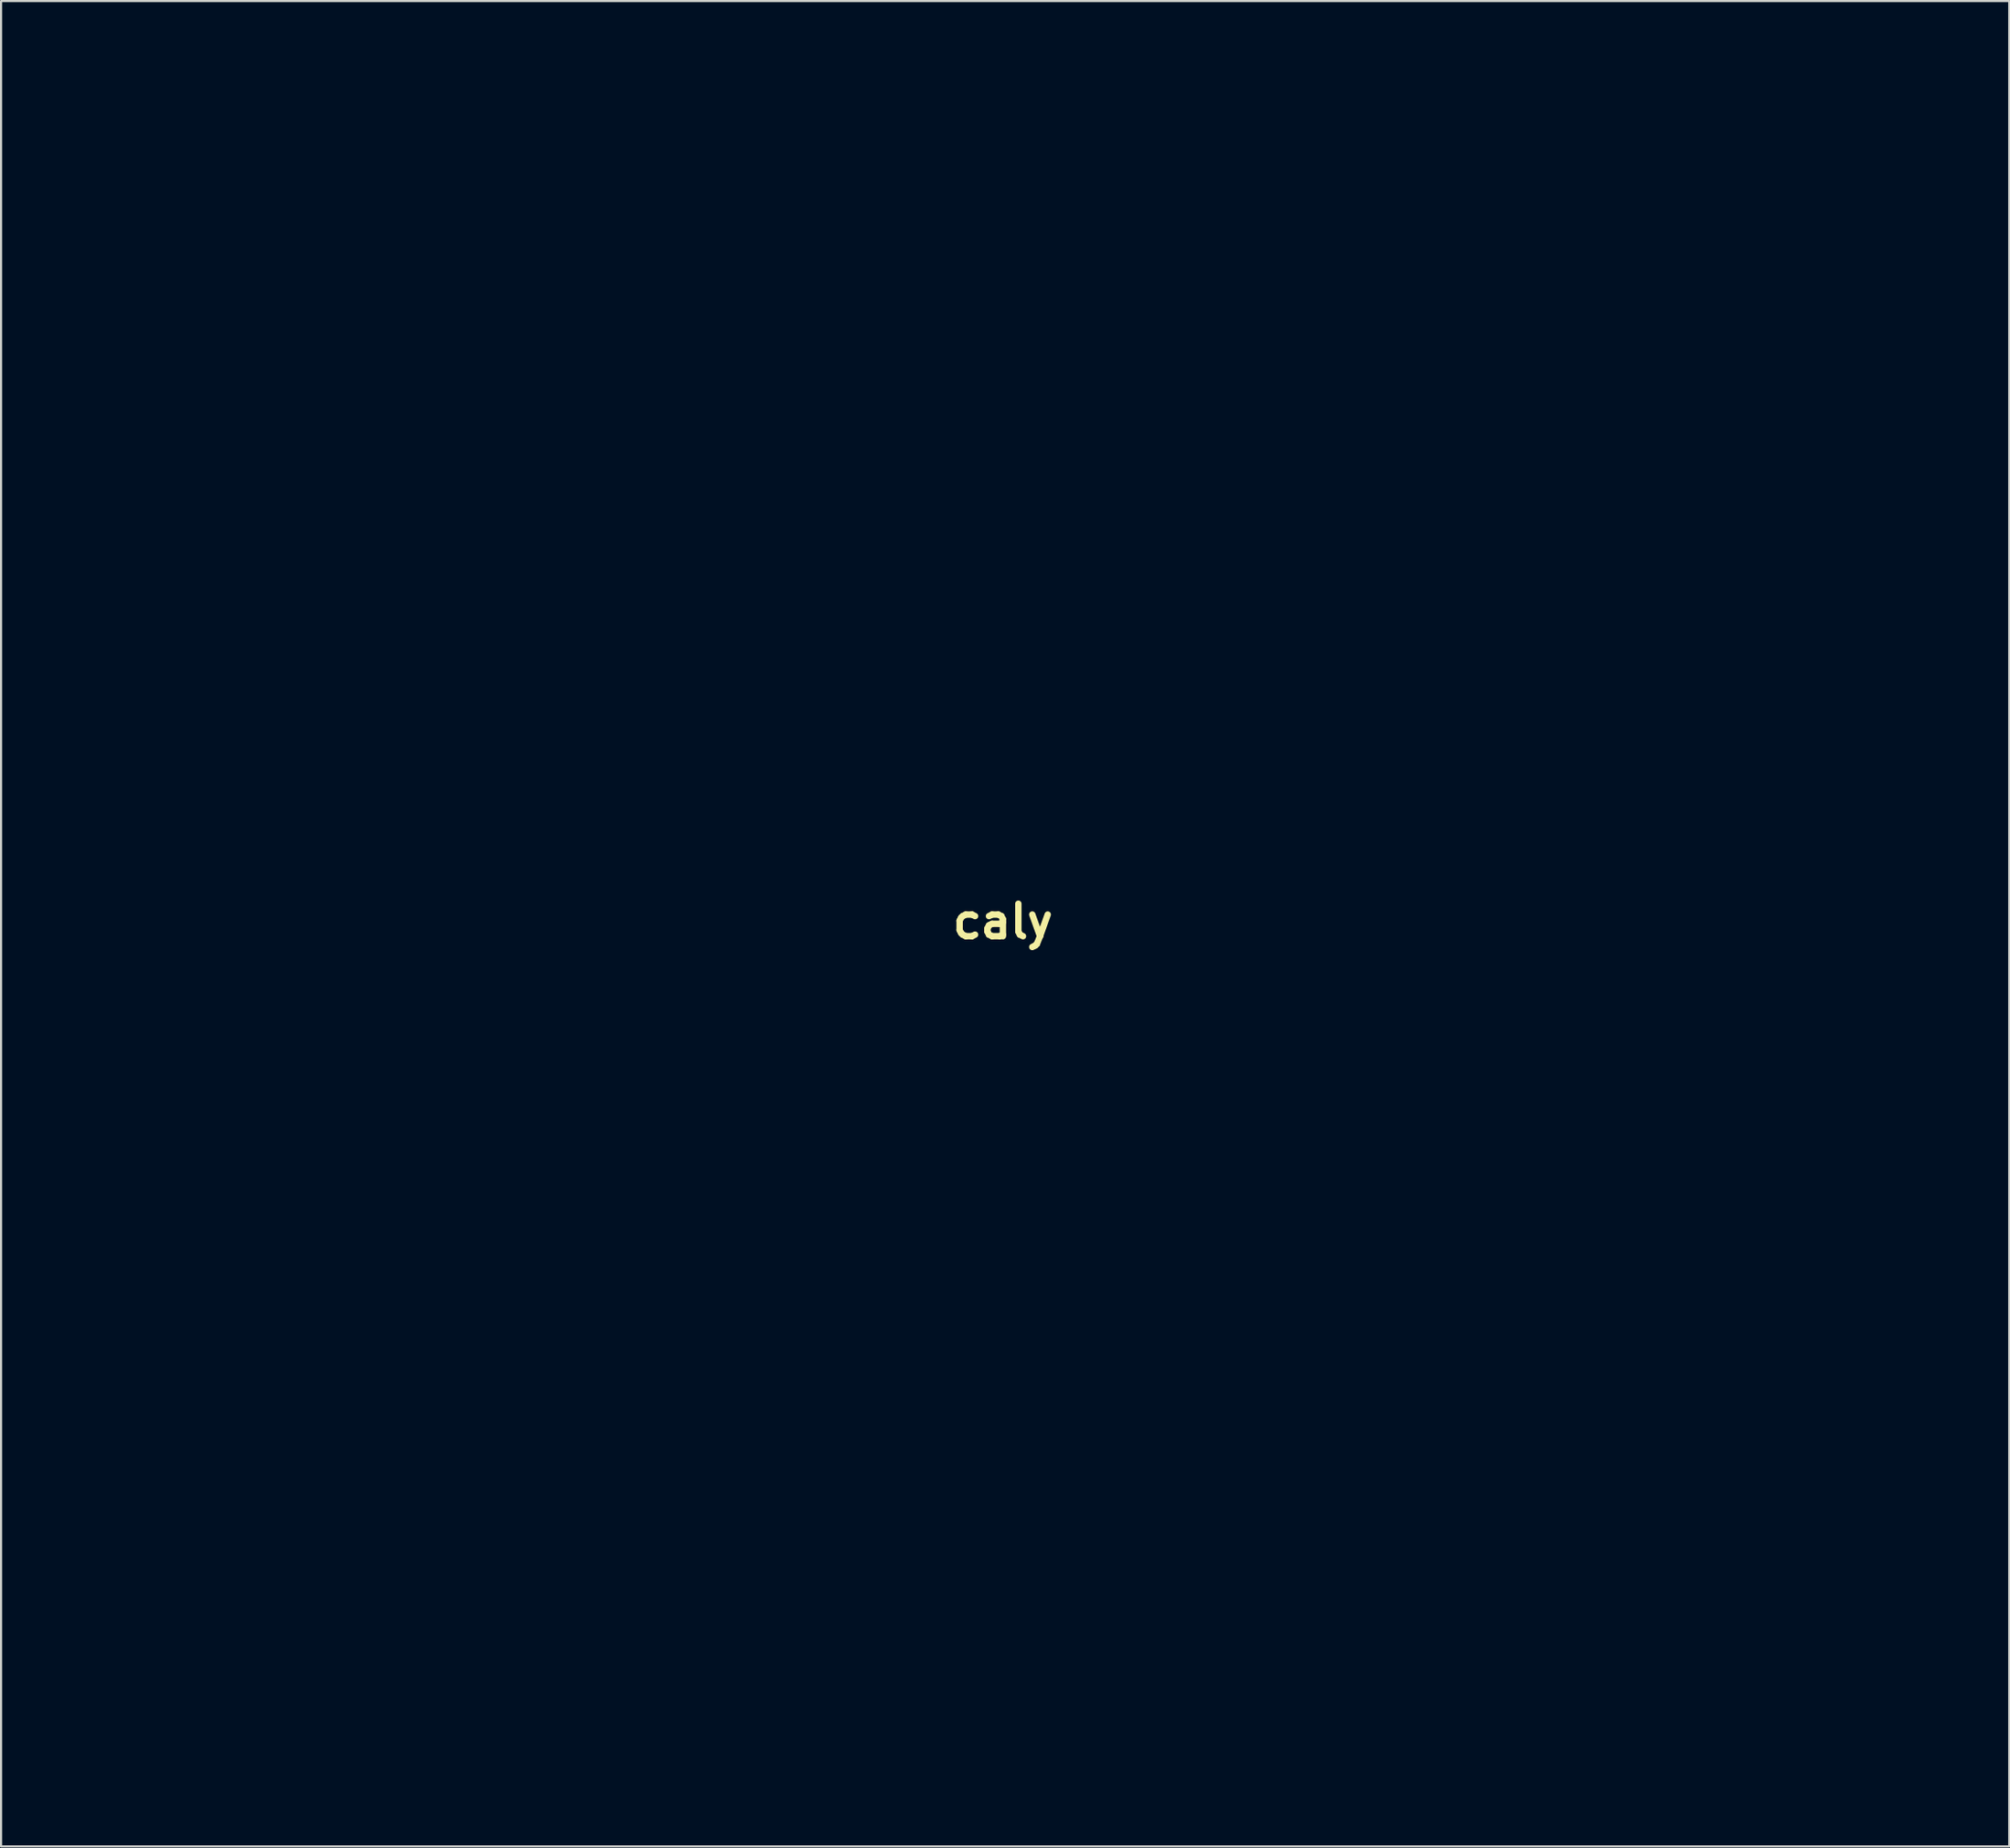
<source format=kicad_pcb>
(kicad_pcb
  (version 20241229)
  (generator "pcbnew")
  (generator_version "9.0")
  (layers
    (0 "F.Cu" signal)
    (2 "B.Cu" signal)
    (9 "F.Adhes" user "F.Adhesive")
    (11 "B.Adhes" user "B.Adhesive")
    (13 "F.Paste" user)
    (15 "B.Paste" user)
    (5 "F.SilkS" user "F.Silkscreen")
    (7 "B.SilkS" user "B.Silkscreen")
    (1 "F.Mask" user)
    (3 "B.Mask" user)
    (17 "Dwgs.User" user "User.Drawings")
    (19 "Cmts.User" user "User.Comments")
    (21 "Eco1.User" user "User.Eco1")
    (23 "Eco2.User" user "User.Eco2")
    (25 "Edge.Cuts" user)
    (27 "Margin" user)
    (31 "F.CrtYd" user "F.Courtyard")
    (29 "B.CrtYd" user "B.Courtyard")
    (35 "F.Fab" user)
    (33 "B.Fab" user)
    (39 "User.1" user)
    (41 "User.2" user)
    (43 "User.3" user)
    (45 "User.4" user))
  (footprint "caly"
    (layer "F.Cu")
    (at 44.032 40.222)
    (property "Reference" "caly" (at 0 0 0) (layer "F.SilkS") (effects (font (size 1.524 1.524) (thickness 0.3))))
    (attr through_hole)
    (fp_poly (pts (xy -22.179 -9.212) (xy -21.676 -8.835) (xy -21.286 -8.454) (xy -20.803 -7.883) (xy -20.641 -7.517) (xy -20.697 -7.37) (xy -20.942 -7.343) (xy -21.354 -7.629) (xy -21.785 -8.052) (xy -22.248 -8.566) (xy -22.561 -8.967) (xy -22.648 -9.136) (xy -22.522 -9.322) (xy -22.179 -9.212)) (stroke (width 0.01) (type solid)) (fill no) (layer "Eco2.User"))
    (fp_poly (pts (xy 30.533 6.825) (xy 30.701 7.088) (xy 30.82 7.711) (xy 30.861 8.25) (xy 30.859 9.125) (xy 30.763 9.687) (xy 30.583 9.896) (xy 30.413 9.811) (xy 30.341 9.541) (xy 30.289 8.97) (xy 30.268 8.22) (xy 30.268 8.202) (xy 30.291 7.39) (xy 30.365 6.946) (xy 30.5 6.819) (xy 30.533 6.825)) (stroke (width 0.01) (type solid)) (fill no) (layer "Eco2.User"))
    (fp_poly (pts (xy 21.456 6.904) (xy 21.575 7.339) (xy 21.632 7.99) (xy 21.679 8.676) (xy 21.769 9.046) (xy 21.966 9.208) (xy 22.332 9.269) (xy 22.384 9.274) (xy 22.914 9.376) (xy 23.061 9.513) (xy 22.859 9.644) (xy 22.34 9.726) (xy 22.013 9.737) (xy 20.955 9.737) (xy 20.955 8.255) (xy 20.975 7.443) (xy 21.045 6.98) (xy 21.181 6.789) (xy 21.262 6.773) (xy 21.456 6.904)) (stroke (width 0.01) (type solid)) (fill no) (layer "Eco2.User"))
    (fp_poly (pts (xy 37.222 -4.461) (xy 37.245 -4.449) (xy 37.596 -4.123) (xy 37.624 -3.668) (xy 37.321 -3.053) (xy 36.675 -2.249) (xy 36.405 -1.958) (xy 35.706 -1.261) (xy 35.186 -0.847) (xy 34.767 -0.66) (xy 34.542 -0.635) (xy 34.056 -0.68) (xy 33.796 -0.776) (xy 33.697 -1.068) (xy 33.655 -1.577) (xy 33.655 -1.592) (xy 33.722 -2.029) (xy 33.967 -2.47) (xy 34.456 -3.017) (xy 34.777 -3.328) (xy 35.599 -4.048) (xy 36.236 -4.456) (xy 36.755 -4.584) (xy 37.222 -4.461)) (stroke (width 0.01) (type solid)) (fill no) (layer "Eco2.User"))
    (fp_poly (pts (xy -29.099 -2.59) (xy -29.233 -2.406) (xy -29.332 -2.165) (xy -29.202 -1.858) (xy -28.797 -1.39) (xy -28.71 -1.3) (xy -28.301 -0.83) (xy -28.082 -0.477) (xy -28.077 -0.357) (xy -28.289 -0.231) (xy -28.546 -0.324) (xy -28.946 -0.684) (xy -29.111 -0.853) (xy -29.589 -1.273) (xy -30.007 -1.402) (xy -30.314 -1.366) (xy -30.739 -1.302) (xy -30.861 -1.388) (xy -30.67 -1.661) (xy -30.158 -2.159) (xy -30.112 -2.201) (xy -29.634 -2.581) (xy -29.258 -2.783) (xy -29.056 -2.792) (xy -29.099 -2.59)) (stroke (width 0.01) (type solid)) (fill no) (layer "Eco2.User"))
    (fp_poly (pts (xy -23.099 -8.483) (xy -22.971 -8.288) (xy -23.177 -8.044) (xy -23.341 -7.848) (xy -23.299 -7.618) (xy -23.01 -7.254) (xy -22.721 -6.951) (xy -22.236 -6.378) (xy -22.097 -6.012) (xy -22.136 -5.931) (xy -22.419 -5.935) (xy -22.907 -6.293) (xy -23.119 -6.496) (xy -23.597 -6.941) (xy -23.904 -7.112) (xy -24.146 -7.053) (xy -24.232 -6.988) (xy -24.611 -6.831) (xy -24.773 -6.909) (xy -24.761 -7.156) (xy -24.5 -7.536) (xy -24.093 -7.952) (xy -23.646 -8.304) (xy -23.263 -8.493) (xy -23.099 -8.483)) (stroke (width 0.01) (type solid)) (fill no) (layer "Eco2.User"))
    (fp_poly (pts (xy 3.813 6.821) (xy 4.255 6.95) (xy 4.347 7.134) (xy 4.058 7.35) (xy 3.929 7.403) (xy 3.601 7.578) (xy 3.44 7.863) (xy 3.389 8.39) (xy 3.387 8.661) (xy 3.334 9.411) (xy 3.188 9.824) (xy 2.963 9.863) (xy 2.887 9.801) (xy 2.811 9.529) (xy 2.762 8.977) (xy 2.752 8.537) (xy 2.732 7.877) (xy 2.648 7.538) (xy 2.461 7.418) (xy 2.328 7.408) (xy 1.984 7.276) (xy 1.905 7.091) (xy 2.01 6.898) (xy 2.38 6.8) (xy 3.057 6.773) (xy 3.813 6.821)) (stroke (width 0.01) (type solid)) (fill no) (layer "Eco2.User"))
    (fp_poly (pts (xy -34.744 -4.688) (xy -34.472 -4.232) (xy -34.181 -3.625) (xy -33.926 -2.995) (xy -33.765 -2.468) (xy -33.747 -2.182) (xy -33.908 -1.978) (xy -34.209 -1.966) (xy -34.721 -2.161) (xy -35.511 -2.579) (xy -35.526 -2.587) (xy -36.193 -3.009) (xy -36.468 -3.307) (xy -36.441 -3.437) (xy -36.111 -3.491) (xy -35.533 -3.224) (xy -35.498 -3.202) (xy -34.857 -2.849) (xy -34.52 -2.781) (xy -34.467 -3.007) (xy -34.682 -3.535) (xy -34.709 -3.59) (xy -35.036 -4.307) (xy -35.122 -4.72) (xy -34.973 -4.867) (xy -34.941 -4.868) (xy -34.744 -4.688)) (stroke (width 0.01) (type solid)) (fill no) (layer "Eco2.User"))
    (fp_poly (pts (xy 23.125 -4.392) (xy 23.365 -3.954) (xy 23.434 -3.471) (xy 23.475 -2.707) (xy 23.492 -1.764) (xy 23.484 -0.749) (xy 23.455 0.235) (xy 23.406 1.082) (xy 23.337 1.688) (xy 23.276 1.919) (xy 22.896 2.27) (xy 22.401 2.265) (xy 21.94 1.941) (xy 21.792 1.707) (xy 21.691 1.34) (xy 21.629 0.768) (xy 21.598 -0.083) (xy 21.59 -1.229) (xy 21.593 -2.363) (xy 21.612 -3.149) (xy 21.657 -3.663) (xy 21.741 -3.981) (xy 21.877 -4.178) (xy 22.076 -4.33) (xy 22.089 -4.339) (xy 22.673 -4.555) (xy 23.125 -4.392)) (stroke (width 0.01) (type solid)) (fill no) (layer "Eco2.User"))
    (fp_poly (pts (xy -25.016 -6.256) (xy -25.041 -6.055) (xy -25.386 -5.869) (xy -25.4 -5.865) (xy -25.741 -5.601) (xy -25.803 -5.152) (xy -25.578 -4.662) (xy -25.491 -4.566) (xy -25.005 -4.262) (xy -24.596 -4.366) (xy -24.342 -4.763) (xy -24.1 -5.171) (xy -23.86 -5.277) (xy -23.719 -5.057) (xy -23.71 -4.921) (xy -23.89 -4.356) (xy -24.326 -3.92) (xy -24.879 -3.724) (xy -25.188 -3.76) (xy -25.73 -4.073) (xy -26.194 -4.561) (xy -26.445 -5.07) (xy -26.458 -5.19) (xy -26.281 -5.726) (xy -25.853 -6.166) (xy -25.333 -6.35) (xy -25.33 -6.35) (xy -25.016 -6.256)) (stroke (width 0.01) (type solid)) (fill no) (layer "Eco2.User"))
    (fp_poly (pts (xy 32.755 6.815) (xy 33.4 6.909) (xy 33.716 7.059) (xy 33.678 7.22) (xy 33.259 7.346) (xy 33.073 7.369) (xy 32.555 7.513) (xy 32.372 7.743) (xy 32.532 7.954) (xy 33.02 8.043) (xy 33.514 8.118) (xy 33.634 8.283) (xy 33.369 8.449) (xy 33.075 8.506) (xy 32.592 8.686) (xy 32.424 8.943) (xy 32.461 9.195) (xy 32.764 9.3) (xy 33.11 9.313) (xy 33.606 9.365) (xy 33.859 9.494) (xy 33.867 9.525) (xy 33.676 9.646) (xy 33.19 9.722) (xy 32.808 9.737) (xy 31.75 9.737) (xy 31.75 6.75) (xy 32.755 6.815)) (stroke (width 0.01) (type solid)) (fill no) (layer "Eco2.User"))
    (fp_poly (pts (xy 26.794 2.972) (xy 27.801 3.009) (xy 28.492 3.09) (xy 28.92 3.23) (xy 29.138 3.445) (xy 29.2 3.751) (xy 29.173 4.063) (xy 29.137 4.24) (xy 29.046 4.37) (xy 28.84 4.46) (xy 28.459 4.519) (xy 27.842 4.558) (xy 26.929 4.584) (xy 25.66 4.606) (xy 25.493 4.609) (xy 24.297 4.619) (xy 23.251 4.613) (xy 22.427 4.592) (xy 21.898 4.556) (xy 21.736 4.52) (xy 21.598 4.14) (xy 21.641 3.625) (xy 21.844 3.217) (xy 22.138 3.106) (xy 22.78 3.028) (xy 23.793 2.981) (xy 25.203 2.964) (xy 25.416 2.963) (xy 26.794 2.972)) (stroke (width 0.01) (type solid)) (fill no) (layer "Eco2.User"))
    (fp_poly (pts (xy -19.706 -11.107) (xy -19.184 -10.78) (xy -18.744 -10.217) (xy -18.636 -9.568) (xy -18.874 -8.967) (xy -19.014 -8.817) (xy -19.62 -8.499) (xy -20.27 -8.602) (xy -20.818 -8.986) (xy -21.265 -9.599) (xy -21.33 -10.08) (xy -20.743 -10.08) (xy -20.598 -9.587) (xy -20.245 -9.231) (xy -19.805 -9.065) (xy -19.402 -9.142) (xy -19.188 -9.411) (xy -19.221 -9.838) (xy -19.528 -10.263) (xy -19.983 -10.542) (xy -20.226 -10.583) (xy -20.625 -10.489) (xy -20.743 -10.133) (xy -20.743 -10.08) (xy -21.33 -10.08) (xy -21.349 -10.22) (xy -21.068 -10.756) (xy -20.908 -10.889) (xy -20.29 -11.182) (xy -19.706 -11.107)) (stroke (width 0.01) (type solid)) (fill no) (layer "Eco2.User"))
    (fp_poly (pts (xy -17.866 -13.564) (xy -17.443 -13.275) (xy -17.014 -12.887) (xy -16.395 -12.206) (xy -16.12 -11.73) (xy -16.186 -11.472) (xy -16.59 -11.448) (xy -17.272 -11.65) (xy -17.796 -11.757) (xy -18.05 -11.63) (xy -17.976 -11.327) (xy -17.785 -11.117) (xy -17.44 -10.722) (xy -17.369 -10.448) (xy -17.524 -10.372) (xy -17.75 -10.512) (xy -18.168 -10.876) (xy -18.602 -11.299) (xy -19.121 -11.885) (xy -19.286 -12.248) (xy -19.089 -12.413) (xy -18.523 -12.403) (xy -18.216 -12.36) (xy -17.614 -12.295) (xy -17.394 -12.378) (xy -17.53 -12.643) (xy -17.788 -12.919) (xy -18.055 -13.298) (xy -18.08 -13.574) (xy -17.866 -13.564)) (stroke (width 0.01) (type solid)) (fill no) (layer "Eco2.User"))
    (fp_poly (pts (xy 9.889 7.011) (xy 9.906 7.027) (xy 10.14 7.357) (xy 10.004 7.531) (xy 9.483 7.566) (xy 9.366 7.561) (xy 8.845 7.557) (xy 8.609 7.706) (xy 8.523 8.127) (xy 8.507 8.31) (xy 8.569 8.957) (xy 8.858 9.282) (xy 9.33 9.249) (xy 9.55 9.135) (xy 9.961 8.919) (xy 10.132 8.976) (xy 10.16 9.2) (xy 9.979 9.541) (xy 9.552 9.829) (xy 9.057 9.948) (xy 8.679 9.834) (xy 8.302 9.619) (xy 7.96 9.151) (xy 7.815 8.478) (xy 7.873 7.771) (xy 8.141 7.204) (xy 8.219 7.124) (xy 8.767 6.838) (xy 9.39 6.797) (xy 9.889 7.011)) (stroke (width 0.01) (type solid)) (fill no) (layer "Eco2.User"))
    (fp_poly (pts (xy 28.967 -4.526) (xy 29.446 -4.174) (xy 29.82 -3.827) (xy 30.416 -3.289) (xy 31.138 -2.645) (xy 31.591 -2.243) (xy 33.232 -0.795) (xy 33.232 1.677) (xy 33.215 2.874) (xy 33.155 3.709) (xy 33.032 4.243) (xy 32.831 4.536) (xy 32.534 4.648) (xy 32.385 4.657) (xy 31.941 4.515) (xy 31.792 4.403) (xy 31.657 4.04) (xy 31.571 3.295) (xy 31.539 2.205) (xy 31.538 2.104) (xy 31.538 0.059) (xy 29.792 -1.477) (xy 28.834 -2.357) (xy 28.196 -3.038) (xy 27.85 -3.565) (xy 27.77 -3.979) (xy 27.926 -4.323) (xy 27.93 -4.327) (xy 28.403 -4.627) (xy 28.967 -4.526)) (stroke (width 0.01) (type solid)) (fill no) (layer "Eco2.User"))
    (fp_poly (pts (xy -28.403 -10.277) (xy -28.427 -10.076) (xy -28.772 -9.891) (xy -28.787 -9.887) (xy -29.132 -9.628) (xy -29.178 -9.194) (xy -28.924 -8.71) (xy -28.802 -8.586) (xy -28.349 -8.347) (xy -27.909 -8.355) (xy -27.615 -8.576) (xy -27.583 -8.91) (xy -27.556 -9.249) (xy -27.391 -9.313) (xy -27.145 -9.157) (xy -27.099 -8.783) (xy -27.237 -8.338) (xy -27.539 -7.967) (xy -27.564 -7.95) (xy -28.087 -7.672) (xy -28.535 -7.701) (xy -29.04 -8.059) (xy -29.226 -8.239) (xy -29.62 -8.727) (xy -29.833 -9.172) (xy -29.845 -9.264) (xy -29.666 -9.763) (xy -29.239 -10.186) (xy -28.731 -10.371) (xy -28.717 -10.372) (xy -28.403 -10.277)) (stroke (width 0.01) (type solid)) (fill no) (layer "Eco2.User"))
    (fp_poly (pts (xy -27.982 4.064) (xy -27.743 4.554) (xy -27.91 5.109) (xy -28.082 5.331) (xy -28.315 5.644) (xy -28.235 5.856) (xy -28.049 6.004) (xy -27.805 6.316) (xy -27.814 6.53) (xy -28.063 6.749) (xy -28.369 6.6) (xy -28.557 6.395) (xy -28.906 5.99) (xy -29.351 5.493) (xy -29.389 5.452) (xy -29.921 4.871) (xy -29.694 4.629) (xy -29.168 4.629) (xy -29.16 4.962) (xy -28.945 5.142) (xy -28.569 5.117) (xy -28.394 4.814) (xy -28.433 4.569) (xy -28.701 4.343) (xy -28.884 4.365) (xy -29.168 4.629) (xy -29.694 4.629) (xy -29.423 4.341) (xy -28.835 3.895) (xy -28.301 3.858) (xy -27.982 4.064)) (stroke (width 0.01) (type solid)) (fill no) (layer "Eco2.User"))
    (fp_poly (pts (xy -27.313 -4.513) (xy -27.445 -4.232) (xy -27.589 -4.059) (xy -27.904 -3.566) (xy -27.882 -3.254) (xy -27.598 -3.198) (xy -27.122 -3.469) (xy -27.056 -3.526) (xy -26.687 -3.771) (xy -26.544 -3.711) (xy -26.667 -3.423) (xy -26.872 -3.185) (xy -27.174 -2.739) (xy -27.145 -2.435) (xy -26.866 -2.339) (xy -26.423 -2.512) (xy -26.209 -2.68) (xy -25.834 -2.915) (xy -25.672 -2.836) (xy -25.78 -2.522) (xy -25.946 -2.31) (xy -26.435 -1.834) (xy -26.836 -1.668) (xy -27.257 -1.821) (xy -27.806 -2.3) (xy -27.953 -2.447) (xy -28.88 -3.391) (xy -28.205 -4.066) (xy -27.766 -4.431) (xy -27.444 -4.58) (xy -27.313 -4.513)) (stroke (width 0.01) (type solid)) (fill no) (layer "Eco2.User"))
    (fp_poly (pts (xy -25.814 2.018) (xy -25.257 2.486) (xy -25.06 2.795) (xy -24.894 3.483) (xy -25.133 4.072) (xy -25.603 4.44) (xy -26.057 4.627) (xy -26.434 4.573) (xy -26.918 4.25) (xy -26.946 4.228) (xy -27.506 3.61) (xy -27.651 2.969) (xy -27.635 2.916) (xy -27.093 2.916) (xy -26.943 3.392) (xy -26.577 3.771) (xy -26.119 3.985) (xy -25.695 3.966) (xy -25.493 3.79) (xy -25.481 3.432) (xy -25.676 2.964) (xy -25.987 2.569) (xy -26.171 2.452) (xy -26.645 2.426) (xy -27.004 2.654) (xy -27.093 2.916) (xy -27.635 2.916) (xy -27.515 2.536) (xy -27.049 2.032) (xy -26.447 1.864) (xy -25.814 2.018)) (stroke (width 0.01) (type solid)) (fill no) (layer "Eco2.User"))
    (fp_poly (pts (xy -35.058 3.341) (xy -34.778 3.743) (xy -34.762 4.239) (xy -35.036 4.661) (xy -35.244 4.903) (xy -35.145 5.158) (xy -35.015 5.309) (xy -34.815 5.697) (xy -34.864 6.024) (xy -35.096 6.134) (xy -35.31 5.989) (xy -35.704 5.619) (xy -36.036 5.274) (xy -36.476 4.763) (xy -36.764 4.358) (xy -36.83 4.201) (xy -36.673 3.906) (xy -36.141 3.906) (xy -36.128 4.175) (xy -35.949 4.394) (xy -35.61 4.545) (xy -35.381 4.332) (xy -35.348 4.115) (xy -35.525 3.868) (xy -35.772 3.81) (xy -36.141 3.906) (xy -36.673 3.906) (xy -36.664 3.889) (xy -36.274 3.531) (xy -35.821 3.256) (xy -35.549 3.182) (xy -35.058 3.341)) (stroke (width 0.01) (type solid)) (fill no) (layer "Eco2.User"))
    (fp_poly (pts (xy -30.93 -8.569) (xy -30.564 -8.35) (xy -30.077 -7.946) (xy -29.897 -7.772) (xy -29.32 -7.124) (xy -29.098 -6.691) (xy -29.229 -6.48) (xy -29.712 -6.497) (xy -30.115 -6.602) (xy -30.751 -6.744) (xy -31.025 -6.67) (xy -30.935 -6.381) (xy -30.713 -6.112) (xy -30.35 -5.643) (xy -30.288 -5.357) (xy -30.436 -5.292) (xy -30.662 -5.432) (xy -31.08 -5.795) (xy -31.494 -6.199) (xy -31.968 -6.71) (xy -32.292 -7.11) (xy -32.385 -7.285) (xy -32.197 -7.361) (xy -31.716 -7.362) (xy -31.327 -7.322) (xy -30.64 -7.258) (xy -30.333 -7.325) (xy -30.376 -7.556) (xy -30.728 -7.976) (xy -31.068 -8.396) (xy -31.116 -8.588) (xy -30.93 -8.569)) (stroke (width 0.01) (type solid)) (fill no) (layer "Eco2.User"))
    (fp_poly (pts (xy 7.106 6.871) (xy 7.149 7.026) (xy 6.895 7.237) (xy 6.407 7.367) (xy 6.387 7.369) (xy 5.875 7.515) (xy 5.703 7.748) (xy 5.876 7.96) (xy 6.35 8.043) (xy 6.796 8.105) (xy 6.985 8.252) (xy 6.985 8.255) (xy 6.801 8.404) (xy 6.358 8.467) (xy 6.35 8.467) (xy 5.885 8.533) (xy 5.722 8.781) (xy 5.715 8.89) (xy 5.798 9.182) (xy 6.121 9.299) (xy 6.456 9.313) (xy 6.946 9.366) (xy 7.19 9.497) (xy 7.197 9.525) (xy 7.005 9.641) (xy 6.511 9.717) (xy 6.023 9.737) (xy 4.849 9.737) (xy 4.974 6.879) (xy 6.107 6.814) (xy 6.782 6.801) (xy 7.106 6.871)) (stroke (width 0.01) (type solid)) (fill no) (layer "Eco2.User"))
    (fp_poly (pts (xy 19.495 6.951) (xy 19.962 7.409) (xy 20.203 8.037) (xy 20.186 8.724) (xy 19.877 9.36) (xy 19.661 9.578) (xy 19.015 9.912) (xy 18.394 9.824) (xy 17.992 9.525) (xy 17.636 8.931) (xy 17.561 8.244) (xy 17.594 8.114) (xy 18.24 8.114) (xy 18.246 8.839) (xy 18.477 9.217) (xy 18.89 9.275) (xy 19.203 9.165) (xy 19.34 8.869) (xy 19.367 8.361) (xy 19.339 7.815) (xy 19.202 7.573) (xy 18.884 7.514) (xy 18.838 7.514) (xy 18.436 7.603) (xy 18.264 7.953) (xy 18.24 8.114) (xy 17.594 8.114) (xy 17.731 7.579) (xy 18.112 7.055) (xy 18.666 6.787) (xy 18.835 6.773) (xy 19.495 6.951)) (stroke (width 0.01) (type solid)) (fill no) (layer "Eco2.User"))
    (fp_poly (pts (xy 25.147 6.836) (xy 25.685 7.16) (xy 25.972 7.726) (xy 26.046 8.435) (xy 25.917 9.116) (xy 25.592 9.599) (xy 25.565 9.619) (xy 24.892 9.919) (xy 24.287 9.809) (xy 23.918 9.525) (xy 23.595 8.957) (xy 23.491 8.239) (xy 23.512 8.114) (xy 24.167 8.114) (xy 24.173 8.839) (xy 24.404 9.217) (xy 24.817 9.275) (xy 25.13 9.165) (xy 25.267 8.869) (xy 25.294 8.361) (xy 25.265 7.815) (xy 25.129 7.573) (xy 24.811 7.514) (xy 24.765 7.514) (xy 24.363 7.603) (xy 24.191 7.953) (xy 24.167 8.114) (xy 23.512 8.114) (xy 23.61 7.549) (xy 23.882 7.124) (xy 24.485 6.819) (xy 25.147 6.836)) (stroke (width 0.01) (type solid)) (fill no) (layer "Eco2.User"))
    (fp_poly (pts (xy -36.602 -2.397) (xy -36.124 -2.052) (xy -35.674 -1.622) (xy -35.388 -1.23) (xy -35.348 -1.091) (xy -35.475 -0.807) (xy -35.779 -0.378) (xy -36.149 0.057) (xy -36.469 0.361) (xy -36.593 0.423) (xy -36.807 0.283) (xy -37.218 -0.083) (xy -37.686 -0.544) (xy -38.614 -1.496) (xy -37.627 -1.496) (xy -37.302 -1.007) (xy -37.216 -0.913) (xy -36.704 -0.508) (xy -36.296 -0.467) (xy -36.057 -0.749) (xy -36.095 -1.164) (xy -36.413 -1.575) (xy -36.887 -1.854) (xy -37.18 -1.905) (xy -37.587 -1.8) (xy -37.627 -1.496) (xy -38.614 -1.496) (xy -38.629 -1.512) (xy -37.994 -2.025) (xy -37.48 -2.363) (xy -37.033 -2.534) (xy -36.972 -2.539) (xy -36.602 -2.397)) (stroke (width 0.01) (type solid)) (fill no) (layer "Eco2.User"))
    (fp_poly (pts (xy -30.704 -0.464) (xy -30.226 -0.031) (xy -29.924 0.544) (xy -29.858 1.142) (xy -30.092 1.644) (xy -30.099 1.651) (xy -30.598 1.885) (xy -31.249 1.87) (xy -31.877 1.626) (xy -32.136 1.415) (xy -32.466 0.934) (xy -32.597 0.495) (xy -32.524 0.287) (xy -32.055 0.287) (xy -31.993 0.564) (xy -31.742 0.915) (xy -31.27 1.339) (xy -30.811 1.47) (xy -30.47 1.289) (xy -30.403 1.164) (xy -30.385 0.613) (xy -30.782 0.141) (xy -31.027 -0.009) (xy -31.453 -0.179) (xy -31.749 -0.081) (xy -31.869 0.029) (xy -32.055 0.287) (xy -32.524 0.287) (xy -32.408 -0.047) (xy -31.933 -0.463) (xy -31.311 -0.635) (xy -31.294 -0.635) (xy -30.704 -0.464)) (stroke (width 0.01) (type solid)) (fill no) (layer "Eco2.User"))
    (fp_poly (pts (xy -26.461 -12.443) (xy -26.612 -12.155) (xy -26.903 -11.832) (xy -27.181 -11.407) (xy -27.139 -11.126) (xy -26.857 -11.08) (xy -26.462 -11.321) (xy -26.068 -11.572) (xy -25.874 -11.521) (xy -25.962 -11.229) (xy -26.107 -11.044) (xy -26.38 -10.65) (xy -26.458 -10.408) (xy -26.322 -10.183) (xy -25.991 -10.221) (xy -25.585 -10.501) (xy -25.51 -10.578) (xy -25.165 -10.846) (xy -24.93 -10.872) (xy -24.96 -10.68) (xy -25.199 -10.314) (xy -25.549 -9.891) (xy -25.912 -9.528) (xy -26.187 -9.34) (xy -26.235 -9.335) (xy -26.427 -9.492) (xy -26.809 -9.88) (xy -27.244 -10.353) (xy -28.136 -11.349) (xy -27.487 -11.919) (xy -26.948 -12.332) (xy -26.589 -12.505) (xy -26.461 -12.443)) (stroke (width 0.01) (type solid)) (fill no) (layer "Eco2.User"))
    (fp_poly (pts (xy -39.391 -0.256) (xy -38.633 0.054) (xy -38.287 0.224) (xy -37.578 0.612) (xy -37.24 0.88) (xy -37.243 1.051) (xy -37.263 1.064) (xy -37.617 1.161) (xy -37.733 1.129) (xy -38.019 1.161) (xy -38.35 1.425) (xy -38.581 1.774) (xy -38.6 2.009) (xy -38.632 2.34) (xy -38.711 2.419) (xy -38.908 2.318) (xy -39.201 1.914) (xy -39.466 1.415) (xy -39.851 0.52) (xy -39.887 0.363) (xy -39.354 0.363) (xy -39.317 0.698) (xy -39.116 1.016) (xy -38.807 1.157) (xy -38.612 1.003) (xy -38.635 0.683) (xy -38.728 0.538) (xy -39.035 0.267) (xy -39.184 0.212) (xy -39.354 0.363) (xy -39.887 0.363) (xy -39.979 -0.043) (xy -39.833 -0.295) (xy -39.391 -0.256)) (stroke (width 0.01) (type solid)) (fill no) (layer "Eco2.User"))
    (fp_poly (pts (xy -33.227 -5.981) (xy -32.687 -5.759) (xy -32.313 -5.574) (xy -31.709 -5.232) (xy -31.309 -4.935) (xy -31.201 -4.763) (xy -31.434 -4.605) (xy -31.538 -4.613) (xy -31.918 -4.52) (xy -32.304 -4.196) (xy -32.535 -3.798) (xy -32.545 -3.639) (xy -32.614 -3.317) (xy -32.704 -3.249) (xy -32.895 -3.386) (xy -33.184 -3.817) (xy -33.48 -4.392) (xy -33.782 -5.096) (xy -33.828 -5.272) (xy -33.21 -5.272) (xy -33.131 -4.884) (xy -32.903 -4.501) (xy -32.623 -4.511) (xy -32.471 -4.689) (xy -32.499 -4.986) (xy -32.708 -5.216) (xy -33.083 -5.415) (xy -33.21 -5.272) (xy -33.828 -5.272) (xy -33.895 -5.532) (xy -33.84 -5.802) (xy -33.77 -5.892) (xy -33.554 -6.018) (xy -33.227 -5.981)) (stroke (width 0.01) (type solid)) (fill no) (layer "Eco2.User"))
    (fp_poly (pts (xy -24.133 -14.019) (xy -23.642 -13.625) (xy -23.241 -13.14) (xy -23.072 -12.705) (xy -23.072 -12.7) (xy -23.188 -12.323) (xy -23.465 -11.848) (xy -23.796 -11.43) (xy -24.073 -11.222) (xy -24.101 -11.218) (xy -24.317 -11.359) (xy -24.73 -11.725) (xy -25.197 -12.185) (xy -26.141 -13.151) (xy -25.82 -13.43) (xy -25.132 -13.43) (xy -25.124 -13.104) (xy -24.777 -12.608) (xy -24.728 -12.555) (xy -24.258 -12.171) (xy -23.896 -12.088) (xy -23.715 -12.314) (xy -23.707 -12.419) (xy -23.879 -12.92) (xy -24.289 -13.351) (xy -24.774 -13.546) (xy -24.798 -13.547) (xy -25.132 -13.43) (xy -25.82 -13.43) (xy -25.547 -13.667) (xy -25.052 -14.01) (xy -24.617 -14.178) (xy -24.57 -14.182) (xy -24.133 -14.019)) (stroke (width 0.01) (type solid)) (fill no) (layer "Eco2.User"))
    (fp_poly (pts (xy 11.559 6.96) (xy 11.681 7.355) (xy 11.856 7.834) (xy 12.224 8.005) (xy 12.615 7.955) (xy 12.724 7.793) (xy 12.766 7.322) (xy 12.777 7.197) (xy 12.974 6.915) (xy 13.123 6.879) (xy 13.31 6.986) (xy 13.427 7.355) (xy 13.496 8.061) (xy 13.505 8.234) (xy 13.51 9.143) (xy 13.414 9.671) (xy 13.204 9.848) (xy 12.952 9.761) (xy 12.726 9.502) (xy 12.714 9.4) (xy 12.727 8.793) (xy 12.478 8.515) (xy 12.224 8.505) (xy 11.829 8.708) (xy 11.681 9.155) (xy 11.533 9.59) (xy 11.31 9.737) (xy 11.143 9.637) (xy 11.048 9.289) (xy 11.01 8.621) (xy 11.007 8.255) (xy 11.027 7.441) (xy 11.098 6.976) (xy 11.235 6.788) (xy 11.31 6.773) (xy 11.559 6.96)) (stroke (width 0.01) (type solid)) (fill no) (layer "Eco2.User"))
    (fp_poly (pts (xy 16.619 6.969) (xy 16.694 7.494) (xy 16.722 8.254) (xy 16.722 8.255) (xy 16.708 9.039) (xy 16.653 9.488) (xy 16.532 9.691) (xy 16.338 9.737) (xy 15.975 9.543) (xy 15.613 9.021) (xy 15.581 8.956) (xy 15.319 8.483) (xy 15.133 8.369) (xy 15.021 8.478) (xy 14.92 8.915) (xy 14.954 9.259) (xy 14.972 9.624) (xy 14.702 9.735) (xy 14.618 9.737) (xy 14.378 9.706) (xy 14.248 9.553) (xy 14.202 9.184) (xy 14.217 8.506) (xy 14.225 8.31) (xy 14.316 7.403) (xy 14.493 6.91) (xy 14.757 6.829) (xy 15.112 7.159) (xy 15.409 7.624) (xy 15.792 8.177) (xy 16.076 8.323) (xy 16.248 8.065) (xy 16.298 7.502) (xy 16.352 7.017) (xy 16.485 6.778) (xy 16.51 6.773) (xy 16.619 6.969)) (stroke (width 0.01) (type solid)) (fill no) (layer "Eco2.User"))
    (fp_poly (pts (xy -23.541 -1.035) (xy -23.155 -0.627) (xy -22.771 -0.089) (xy -22.316 0.687) (xy -22.156 1.191) (xy -22.286 1.41) (xy -22.703 1.332) (xy -23.146 1.105) (xy -23.72 0.821) (xy -23.987 0.83) (xy -23.951 1.133) (xy -23.707 1.587) (xy -23.439 2.151) (xy -23.497 2.462) (xy -23.796 2.54) (xy -24.081 2.425) (xy -24.583 2.128) (xy -25.041 1.818) (xy -25.55 1.39) (xy -25.796 1.058) (xy -25.777 0.882) (xy -25.492 0.923) (xy -25.055 1.163) (xy -24.583 1.4) (xy -24.394 1.328) (xy -24.507 0.964) (xy -24.65 0.725) (xy -24.876 0.198) (xy -24.775 -0.097) (xy -24.404 -0.104) (xy -24.022 0.088) (xy -23.499 0.356) (xy -23.242 0.334) (xy -23.286 0.048) (xy -23.507 -0.285) (xy -23.801 -0.783) (xy -23.769 -1.081) (xy -23.541 -1.035)) (stroke (width 0.01) (type solid)) (fill no) (layer "Eco2.User"))
    (fp_poly (pts (xy 28.814 6.88) (xy 28.875 6.902) (xy 29.214 7.135) (xy 29.191 7.371) (xy 28.857 7.534) (xy 28.416 7.561) (xy 27.894 7.558) (xy 27.656 7.706) (xy 27.566 8.113) (xy 27.553 8.246) (xy 27.62 8.88) (xy 27.905 9.302) (xy 28.335 9.422) (xy 28.49 9.382) (xy 28.746 9.141) (xy 28.749 8.842) (xy 28.502 8.68) (xy 28.469 8.678) (xy 28.187 8.564) (xy 28.152 8.467) (xy 28.336 8.318) (xy 28.779 8.255) (xy 28.787 8.255) (xy 29.235 8.307) (xy 29.402 8.552) (xy 29.422 8.895) (xy 29.322 9.418) (xy 28.956 9.711) (xy 28.879 9.742) (xy 28.203 9.926) (xy 27.698 9.832) (xy 27.19 9.429) (xy 27.19 9.429) (xy 26.781 8.783) (xy 26.721 8.109) (xy 26.953 7.495) (xy 27.417 7.027) (xy 28.057 6.793) (xy 28.814 6.88)) (stroke (width 0.01) (type solid)) (fill no) (layer "Eco2.User"))
    (fp_poly (pts (xy -21.501 -2.779) (xy -21.555 -2.52) (xy -21.807 -2.218) (xy -22.114 -1.831) (xy -22.226 -1.473) (xy -22.108 -1.278) (xy -22.046 -1.27) (xy -21.784 -1.411) (xy -21.489 -1.688) (xy -21.144 -1.957) (xy -20.911 -1.984) (xy -20.902 -1.768) (xy -21.144 -1.402) (xy -21.19 -1.351) (xy -21.496 -0.946) (xy -21.484 -0.67) (xy -21.421 -0.593) (xy -21.165 -0.491) (xy -20.812 -0.691) (xy -20.641 -0.843) (xy -20.251 -1.139) (xy -19.986 -1.212) (xy -19.966 -1.198) (xy -20.006 -0.978) (xy -20.267 -0.61) (xy -20.64 -0.211) (xy -21.017 0.101) (xy -21.268 0.212) (xy -21.535 0.069) (xy -21.968 -0.299) (xy -22.287 -0.616) (xy -22.725 -1.109) (xy -23.01 -1.488) (xy -23.072 -1.622) (xy -22.925 -1.866) (xy -22.57 -2.198) (xy -22.132 -2.525) (xy -21.737 -2.752) (xy -21.51 -2.789) (xy -21.501 -2.779)) (stroke (width 0.01) (type solid)) (fill no) (layer "Eco2.User"))
    (fp_poly (pts (xy 36.114 6.881) (xy 36.504 7.141) (xy 36.618 7.451) (xy 36.471 7.608) (xy 36.174 7.582) (xy 35.946 7.397) (xy 35.935 7.37) (xy 35.699 7.223) (xy 35.471 7.267) (xy 35.215 7.443) (xy 35.34 7.716) (xy 35.35 7.728) (xy 35.745 7.998) (xy 35.967 8.043) (xy 36.492 8.203) (xy 36.768 8.596) (xy 36.762 9.091) (xy 36.441 9.557) (xy 36.36 9.619) (xy 35.701 9.916) (xy 35.068 9.82) (xy 34.872 9.72) (xy 34.564 9.404) (xy 34.502 9.197) (xy 34.589 8.921) (xy 34.867 8.995) (xy 35.165 9.233) (xy 35.558 9.434) (xy 35.939 9.421) (xy 36.154 9.224) (xy 36.147 9.049) (xy 35.912 8.788) (xy 35.45 8.509) (xy 35.398 8.485) (xy 34.791 8.1) (xy 34.587 7.65) (xy 34.722 7.181) (xy 35.073 6.88) (xy 35.587 6.787) (xy 36.114 6.881)) (stroke (width 0.01) (type solid)) (fill no) (layer "Eco2.User"))
    (fp_poly (pts (xy -32.918 1.601) (xy -32.852 1.809) (xy -32.601 2.214) (xy -32.12 2.495) (xy -31.69 2.704) (xy -31.624 2.898) (xy -31.7 2.998) (xy -31.997 3.14) (xy -32.448 3.021) (xy -32.517 2.99) (xy -33.02 2.858) (xy -33.308 2.959) (xy -33.304 3.235) (xy -33.139 3.449) (xy -32.866 3.834) (xy -32.829 4.137) (xy -32.995 4.233) (xy -33.235 4.094) (xy -33.662 3.735) (xy -34.053 3.362) (xy -34.524 2.864) (xy -34.84 2.477) (xy -34.925 2.319) (xy -34.864 2.224) (xy -34.146 2.224) (xy -34.046 2.473) (xy -33.806 2.661) (xy -33.542 2.516) (xy -33.471 2.446) (xy -33.266 2.123) (xy -33.391 1.873) (xy -33.725 1.751) (xy -34.024 1.911) (xy -34.146 2.224) (xy -34.864 2.224) (xy -34.774 2.084) (xy -34.406 1.74) (xy -34.355 1.699) (xy -33.764 1.377) (xy -33.252 1.347) (xy -32.918 1.601)) (stroke (width 0.01) (type solid)) (fill no) (layer "Eco2.User"))
    (fp_poly (pts (xy -19.36 -4.494) (xy -19.018 -4.13) (xy -18.841 -3.749) (xy -18.838 -3.712) (xy -18.658 -3.459) (xy -18.294 -3.296) (xy -17.924 -3.113) (xy -17.844 -2.903) (xy -17.93 -2.74) (xy -18.105 -2.696) (xy -18.492 -2.765) (xy -18.895 -2.864) (xy -19.323 -2.916) (xy -19.469 -2.748) (xy -19.473 -2.681) (xy -19.353 -2.311) (xy -19.262 -2.223) (xy -19.084 -1.962) (xy -19.069 -1.642) (xy -19.226 -1.482) (xy -19.231 -1.482) (xy -19.455 -1.629) (xy -19.86 -2.013) (xy -20.301 -2.487) (xy -21.191 -3.493) (xy -21.156 -3.524) (xy -20.284 -3.524) (xy -20.239 -3.23) (xy -19.971 -3.211) (xy -19.607 -3.458) (xy -19.509 -3.673) (xy -19.555 -3.966) (xy -19.822 -3.986) (xy -20.187 -3.738) (xy -20.284 -3.524) (xy -21.156 -3.524) (xy -20.54 -4.075) (xy -20.089 -4.44) (xy -19.755 -4.643) (xy -19.697 -4.657) (xy -19.36 -4.494)) (stroke (width 0.01) (type solid)) (fill no) (layer "Eco2.User"))
    (fp_poly (pts (xy 7.397 -4.82) (xy 8.487 -4.672) (xy 9.199 -4.415) (xy 9.522 -4.06) (xy 9.446 -3.615) (xy 9.192 -3.296) (xy 8.908 -3.125) (xy 8.416 -3.021) (xy 7.637 -2.972) (xy 6.917 -2.963) (xy 5.578 -2.904) (xy 4.57 -2.711) (xy 3.813 -2.356) (xy 3.228 -1.813) (xy 3.118 -1.671) (xy 2.783 -0.896) (xy 2.706 0.047) (xy 2.886 0.992) (xy 3.13 1.509) (xy 3.757 2.277) (xy 4.538 2.738) (xy 5.503 2.953) (xy 6.113 3.064) (xy 6.415 3.248) (xy 6.525 3.557) (xy 6.477 4.074) (xy 6.34 4.351) (xy 5.893 4.593) (xy 5.192 4.648) (xy 4.363 4.524) (xy 3.527 4.23) (xy 3.383 4.158) (xy 2.448 3.463) (xy 1.656 2.497) (xy 1.109 1.402) (xy 0.942 0.743) (xy 0.915 -0.669) (xy 1.259 -1.923) (xy 1.94 -2.99) (xy 2.924 -3.842) (xy 4.18 -4.45) (xy 5.674 -4.786) (xy 7.373 -4.822) (xy 7.397 -4.82)) (stroke (width 0.01) (type solid)) (fill no) (layer "Eco2.User"))
    (fp_poly (pts (xy -31.644 6.992) (xy -31.538 7.408) (xy -31.408 7.847) (xy -31.092 7.978) (xy -30.815 7.846) (xy -30.443 7.721) (xy -30.053 7.804) (xy -29.848 8.046) (xy -29.845 8.081) (xy -29.976 8.396) (xy -30.11 8.564) (xy -30.449 8.943) (xy -30.743 9.29) (xy -31.09 9.638) (xy -31.411 9.691) (xy -31.697 9.596) (xy -31.903 9.326) (xy -31.962 8.986) (xy -32.028 8.792) (xy -31.678 8.792) (xy -31.596 8.974) (xy -31.254 9.07) (xy -30.882 8.92) (xy -30.744 8.731) (xy -30.841 8.517) (xy -31.085 8.467) (xy -31.508 8.565) (xy -31.678 8.792) (xy -32.028 8.792) (xy -32.133 8.483) (xy -32.385 8.255) (xy -32.757 7.905) (xy -32.717 7.514) (xy -32.385 7.514) (xy -32.216 7.795) (xy -32.068 7.832) (xy -31.787 7.662) (xy -31.75 7.514) (xy -31.919 7.234) (xy -32.068 7.197) (xy -32.348 7.366) (xy -32.385 7.514) (xy -32.717 7.514) (xy -32.713 7.478) (xy -32.398 7.103) (xy -31.956 6.862) (xy -31.644 6.992)) (stroke (width 0.01) (type solid)) (fill no) (layer "Eco2.User"))
    (fp_poly (pts (xy 14.645 -4.295) (xy 14.979 -4.1) (xy 15.365 -3.732) (xy 15.833 -3.156) (xy 16.412 -2.34) (xy 17.13 -1.247) (xy 18.017 0.156) (xy 18.613 1.112) (xy 19.224 2.104) (xy 19.639 2.804) (xy 19.882 3.282) (xy 19.981 3.605) (xy 19.964 3.84) (xy 19.856 4.057) (xy 19.806 4.133) (xy 19.457 4.667) (xy 16.048 4.609) (xy 14.754 4.582) (xy 13.819 4.547) (xy 13.18 4.496) (xy 12.774 4.422) (xy 12.536 4.318) (xy 12.406 4.18) (xy 12.286 3.725) (xy 12.406 3.44) (xy 12.569 3.276) (xy 12.866 3.162) (xy 13.371 3.087) (xy 14.16 3.039) (xy 15.119 3.009) (xy 16.079 2.972) (xy 16.854 2.915) (xy 17.364 2.847) (xy 17.531 2.775) (xy 17.332 2.378) (xy 16.974 1.766) (xy 16.51 1.018) (xy 15.995 0.217) (xy 15.48 -0.557) (xy 15.021 -1.221) (xy 14.669 -1.694) (xy 14.479 -1.894) (xy 14.471 -1.896) (xy 14.289 -1.726) (xy 13.935 -1.248) (xy 13.45 -0.522) (xy 12.872 0.392) (xy 12.372 1.217) (xy 11.58 2.532) (xy 10.962 3.513) (xy 10.492 4.197) (xy 10.142 4.623) (xy 9.886 4.829) (xy 9.749 4.862) (xy 9.489 4.762) (xy 9.26 4.64) (xy 8.952 4.265) (xy 8.89 3.99) (xy 8.996 3.686) (xy 9.291 3.081) (xy 9.743 2.236) (xy 10.32 1.211) (xy 10.989 0.065) (xy 11.215 -0.313) (xy 12.096 -1.756) (xy 12.797 -2.851) (xy 13.335 -3.623) (xy 13.729 -4.098) (xy 13.996 -4.3) (xy 14.015 -4.307) (xy 14.333 -4.353) (xy 14.645 -4.295)) (stroke (width 0.01) (type solid)) (fill no) (layer "Eco2.User"))
    (fp_poly (pts (xy 44.238 40.428) (xy -44.027 40.428) (xy -44.027 18.828) (xy -28.046 18.828) (xy 2.752 18.823) (xy 33.549 18.819) (xy 35.772 16.69) (xy 36.778 15.729) (xy 37.959 14.607) (xy 39.18 13.451) (xy 40.306 12.388) (xy 40.505 12.201) (xy 41.694 11.054) (xy 42.589 10.1) (xy 43.227 9.267) (xy 43.648 8.486) (xy 43.887 7.686) (xy 43.984 6.796) (xy 43.975 5.746) (xy 43.974 5.715) (xy 43.916 4.944) (xy 43.799 4.128) (xy 43.606 3.189) (xy 43.318 2.048) (xy 42.918 0.625) (xy 42.673 -0.212) (xy 42.28 -1.543) (xy 41.911 -2.807) (xy 41.588 -3.92) (xy 41.337 -4.801) (xy 41.181 -5.365) (xy 41.173 -5.397) (xy 40.771 -6.881) (xy 40.354 -8.339) (xy 39.943 -9.694) (xy 39.564 -10.872) (xy 39.24 -11.798) (xy 38.994 -12.394) (xy 38.978 -12.427) (xy 38.437 -13.326) (xy 37.776 -14.085) (xy 36.941 -14.736) (xy 35.877 -15.312) (xy 34.529 -15.845) (xy 32.841 -16.368) (xy 31.856 -16.635) (xy 30.464 -17) (xy 28.905 -17.409) (xy 27.375 -17.812) (xy 26.141 -18.138) (xy 24.45 -18.585) (xy 23.106 -18.94) (xy 22.044 -19.221) (xy 21.202 -19.443) (xy 20.516 -19.624) (xy 19.923 -19.78) (xy 19.36 -19.927) (xy 18.764 -20.083) (xy 18.646 -20.114) (xy 17.265 -20.406) (xy 16.04 -20.494) (xy 14.904 -20.353) (xy 13.793 -19.96) (xy 12.641 -19.292) (xy 11.382 -18.324) (xy 9.95 -17.034) (xy 9.873 -16.961) (xy 8.938 -16.074) (xy 7.795 -14.993) (xy 6.545 -13.813) (xy 5.287 -12.629) (xy 4.237 -11.642) (xy 3.105 -10.579) (xy 1.932 -9.477) (xy 0.807 -8.417) (xy -0.185 -7.483) (xy -0.946 -6.764) (xy -3.098 -4.73) (xy -4.974 -2.959) (xy -6.605 -1.421) (xy -8.021 -0.089) (xy -9 0.829) (xy -9.963 1.734) (xy -11.028 2.739) (xy -12.041 3.696) (xy -12.594 4.222) (xy -13.171 4.769) (xy -14.003 5.556) (xy -15.039 6.532) (xy -16.224 7.648) (xy -17.505 8.853) (xy -18.831 10.099) (xy -19.467 10.696) (xy -20.795 11.944) (xy -22.105 13.177) (xy -23.344 14.346) (xy -24.46 15.399) (xy -25.397 16.288) (xy -26.105 16.961) (xy -26.346 17.193) (xy -28.046 18.828) (xy -44.027 18.828) (xy -44.027 1.098) (xy -43.815 1.098) (xy -43.749 1.58) (xy -43.567 2.377) (xy -43.295 3.405) (xy -42.957 4.581) (xy -42.58 5.82) (xy -42.187 7.039) (xy -41.805 8.152) (xy -41.458 9.078) (xy -41.337 9.37) (xy -40.945 10) (xy -40.426 10.51) (xy -40.342 10.565) (xy -39.918 10.745) (xy -39.165 10.987) (xy -38.168 11.266) (xy -37.014 11.559) (xy -36.195 11.75) (xy -34.955 12.033) (xy -33.787 12.304) (xy -32.784 12.542) (xy -32.042 12.725) (xy -31.75 12.801) (xy -30.991 12.962) (xy -30.433 12.921) (xy -29.894 12.659) (xy -29.8 12.597) (xy -29.492 12.356) (xy -28.966 11.898) (xy -28.204 11.205) (xy -27.187 10.261) (xy -25.897 9.05) (xy -24.871 8.08) (xy -23.911 7.172) (xy -22.85 6.168) (xy -21.84 5.215) (xy -21.273 4.679) (xy -16.482 0.159) (xy -13.756 -2.42) (xy -12.782 -3.342) (xy -11.747 -4.321) (xy -10.774 -5.242) (xy -9.981 -5.991) (xy -9.948 -6.022) (xy -9.151 -6.776) (xy -8.173 -7.7) (xy -7.143 -8.675) (xy -6.24 -9.529) (xy -5.212 -10.501) (xy -4.056 -11.592) (xy -2.926 -12.659) (xy -2.112 -13.426) (xy -1.107 -14.375) (xy 0.024 -15.445) (xy 1.12 -16.484) (xy 1.801 -17.131) (xy 2.6 -17.889) (xy 3.611 -18.847) (xy 4.74 -19.913) (xy 5.89 -20.999) (xy 6.722 -21.784) (xy 7.651 -22.667) (xy 8.463 -23.457) (xy 9.113 -24.105) (xy 9.552 -24.566) (xy 9.734 -24.791) (xy 9.737 -24.8) (xy 9.531 -24.83) (xy 8.937 -24.859) (xy 7.989 -24.885) (xy 6.723 -24.909) (xy 5.173 -24.93) (xy 3.375 -24.947) (xy 1.363 -24.96) (xy -0.828 -24.969) (xy -3.162 -24.974) (xy -4.18 -24.974) (xy -18.098 -24.971) (xy -19.367 -23.748) (xy -19.868 -23.269) (xy -20.62 -22.554) (xy -21.566 -21.655) (xy -22.651 -20.627) (xy -23.817 -19.524) (xy -24.871 -18.528) (xy -26.124 -17.344) (xy -27.403 -16.133) (xy -28.638 -14.963) (xy -29.758 -13.9) (xy -30.693 -13.012) (xy -31.226 -12.504) (xy -32.138 -11.635) (xy -33.25 -10.579) (xy -34.501 -9.392) (xy -35.831 -8.133) (xy -37.179 -6.858) (xy -38.485 -5.625) (xy -39.688 -4.491) (xy -40.728 -3.513) (xy -41.543 -2.748) (xy -41.773 -2.533) (xy -42.781 -1.479) (xy -43.43 -0.507) (xy -43.757 0.447) (xy -43.815 1.098) (xy -44.027 1.098) (xy -44.027 -40.217) (xy 44.238 -40.217) (xy 44.238 40.428)) (stroke (width 0.01) (type solid)) (fill no) (layer "Eco2.User")))
  (gr_rect
    (start -3 -3)
    (end 91.275 83.655)
    (stroke (width 0.1) (type default))
    (fill no)
    (layer "Edge.Cuts")))
</source>
